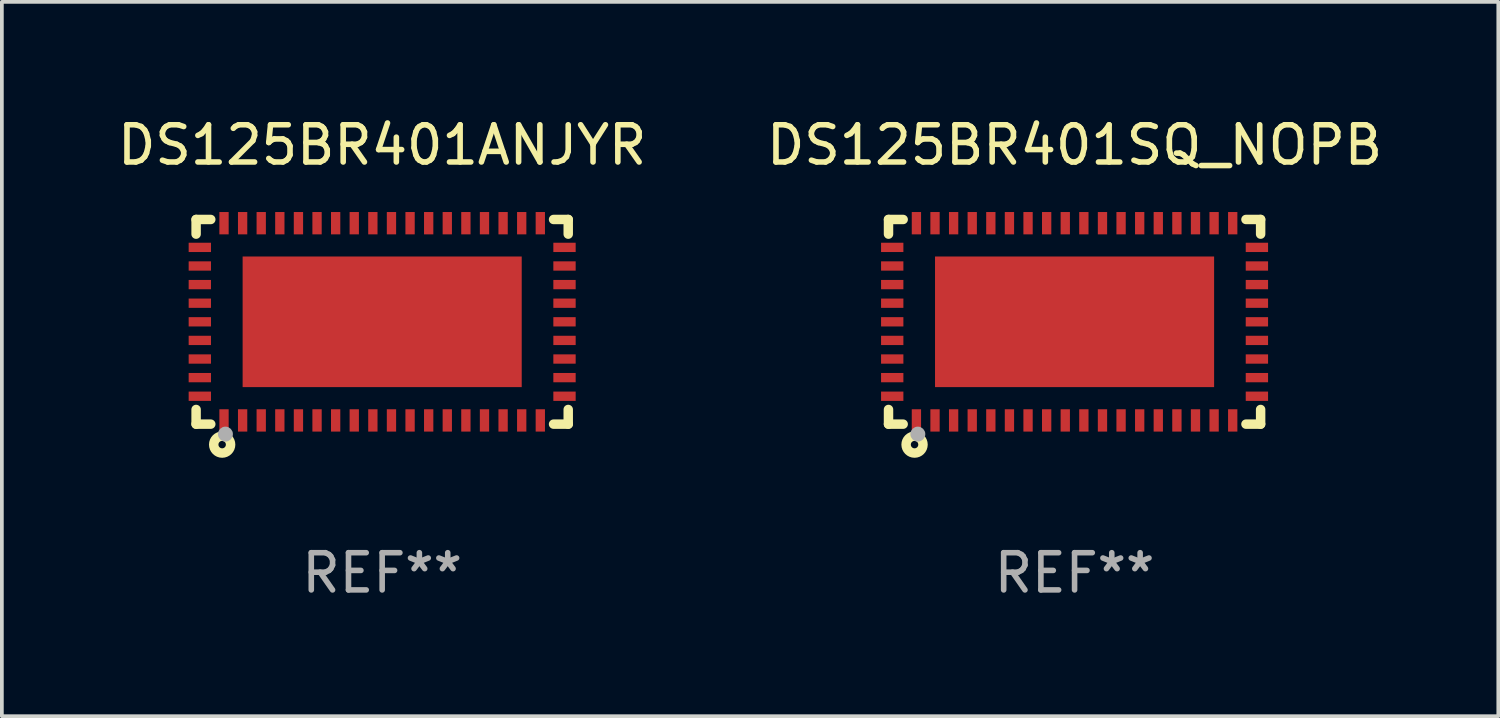
<source format=kicad_pcb>
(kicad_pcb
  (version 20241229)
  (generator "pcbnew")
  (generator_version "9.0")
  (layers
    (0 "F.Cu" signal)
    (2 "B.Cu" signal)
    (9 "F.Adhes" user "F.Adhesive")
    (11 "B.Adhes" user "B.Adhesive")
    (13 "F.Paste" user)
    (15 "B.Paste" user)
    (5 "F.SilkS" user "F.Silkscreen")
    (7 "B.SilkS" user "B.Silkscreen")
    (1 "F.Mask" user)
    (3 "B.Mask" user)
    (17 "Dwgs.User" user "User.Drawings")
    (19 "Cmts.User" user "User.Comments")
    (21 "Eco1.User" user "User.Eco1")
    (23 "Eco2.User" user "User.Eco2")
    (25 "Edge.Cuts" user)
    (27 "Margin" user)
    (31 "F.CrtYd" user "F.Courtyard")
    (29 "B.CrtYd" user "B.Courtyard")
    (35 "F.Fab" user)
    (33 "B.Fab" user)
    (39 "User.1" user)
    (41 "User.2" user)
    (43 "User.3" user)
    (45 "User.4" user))
  (footprint "DS125BR401SQ_NOPB"
    (layer "F.Cu")
    (at 25.827 5.598)
    (property "Reference" "DS125BR401SQ_NOPB" (at 0 -4.75 0) (layer "F.SilkS") (effects (font (size 1 1) (thickness 0.15))))
    (attr through_hole)
    (fp_line (start -5 -2.75) (end -4.606 -2.75) (stroke (width 0.254) (type solid)) (layer "F.SilkS"))
    (fp_line (start -5 -2.356) (end -5 -2.75) (stroke (width 0.254) (type solid)) (layer "F.SilkS"))
    (fp_line (start -5 2.75) (end -5 2.356) (stroke (width 0.254) (type solid)) (layer "F.SilkS"))
    (fp_line (start -4.606 2.75) (end -5 2.75) (stroke (width 0.254) (type solid)) (layer "F.SilkS"))
    (fp_line (start 4.606 -2.75) (end 5 -2.75) (stroke (width 0.254) (type solid)) (layer "F.SilkS"))
    (fp_line (start 5 -2.75) (end 5 -2.356) (stroke (width 0.254) (type solid)) (layer "F.SilkS"))
    (fp_line (start 5 2.356) (end 5 2.75) (stroke (width 0.254) (type solid)) (layer "F.SilkS"))
    (fp_line (start 5 2.75) (end 4.606 2.75) (stroke (width 0.254) (type solid)) (layer "F.SilkS"))
    (fp_circle (center -5 2.75) (end -4.97 2.75) (stroke (width 0.06) (type solid)) (fill no) (layer "F.SilkS"))
    (fp_circle (center -4.3 3.3) (end -4.2 3.3) (stroke (width 0.254) (type solid)) (fill no) (layer "F.SilkS"))
    (fp_circle (center -4.212 3.018) (end -4.111 3.018) (stroke (width 0.2) (type solid)) (fill no) (layer "F.Fab"))
    (fp_text user "REF**" (at 0 6.75 0) (layer "F.Fab") (effects (font (size 1 1) (thickness 0.15))))
    (pad "1" smd rect (at -4.25 2.65 270) (size 0.6 0.25) (layers "F.Cu" "F.Mask" "F.Paste"))
    (pad "2" smd rect (at -3.75 2.65 270) (size 0.6 0.25) (layers "F.Cu" "F.Mask" "F.Paste"))
    (pad "3" smd rect (at -3.25 2.65 270) (size 0.6 0.25) (layers "F.Cu" "F.Mask" "F.Paste"))
    (pad "4" smd rect (at -2.75 2.65 270) (size 0.6 0.25) (layers "F.Cu" "F.Mask" "F.Paste"))
    (pad "5" smd rect (at -2.25 2.65 270) (size 0.6 0.25) (layers "F.Cu" "F.Mask" "F.Paste"))
    (pad "6" smd rect (at -1.75 2.65 270) (size 0.6 0.25) (layers "F.Cu" "F.Mask" "F.Paste"))
    (pad "7" smd rect (at -1.25 2.65 270) (size 0.6 0.25) (layers "F.Cu" "F.Mask" "F.Paste"))
    (pad "8" smd rect (at -0.75 2.65 270) (size 0.6 0.25) (layers "F.Cu" "F.Mask" "F.Paste"))
    (pad "9" smd rect (at -0.25 2.65 270) (size 0.6 0.25) (layers "F.Cu" "F.Mask" "F.Paste"))
    (pad "10" smd rect (at 0.25 2.65 270) (size 0.6 0.25) (layers "F.Cu" "F.Mask" "F.Paste"))
    (pad "11" smd rect (at 0.75 2.65 270) (size 0.6 0.25) (layers "F.Cu" "F.Mask" "F.Paste"))
    (pad "12" smd rect (at 1.25 2.65 270) (size 0.6 0.25) (layers "F.Cu" "F.Mask" "F.Paste"))
    (pad "13" smd rect (at 1.75 2.65 270) (size 0.6 0.25) (layers "F.Cu" "F.Mask" "F.Paste"))
    (pad "14" smd rect (at 2.25 2.65 270) (size 0.6 0.25) (layers "F.Cu" "F.Mask" "F.Paste"))
    (pad "15" smd rect (at 2.75 2.65 270) (size 0.6 0.25) (layers "F.Cu" "F.Mask" "F.Paste"))
    (pad "16" smd rect (at 3.25 2.65 270) (size 0.6 0.25) (layers "F.Cu" "F.Mask" "F.Paste"))
    (pad "17" smd rect (at 3.75 2.65 270) (size 0.6 0.25) (layers "F.Cu" "F.Mask" "F.Paste"))
    (pad "18" smd rect (at 4.25 2.65 270) (size 0.6 0.25) (layers "F.Cu" "F.Mask" "F.Paste"))
    (pad "19" smd rect (at 4.9 2 270) (size 0.25 0.6) (layers "F.Cu" "F.Mask" "F.Paste"))
    (pad "20" smd rect (at 4.9 1.5 270) (size 0.25 0.6) (layers "F.Cu" "F.Mask" "F.Paste"))
    (pad "21" smd rect (at 4.9 1 270) (size 0.25 0.6) (layers "F.Cu" "F.Mask" "F.Paste"))
    (pad "22" smd rect (at 4.9 0.5 270) (size 0.25 0.6) (layers "F.Cu" "F.Mask" "F.Paste"))
    (pad "23" smd rect (at 4.9 -0.000076 270) (size 0.25 0.6) (layers "F.Cu" "F.Mask" "F.Paste"))
    (pad "24" smd rect (at 4.9 -0.5 270) (size 0.25 0.6) (layers "F.Cu" "F.Mask" "F.Paste"))
    (pad "25" smd rect (at 4.9 -1 270) (size 0.25 0.6) (layers "F.Cu" "F.Mask" "F.Paste"))
    (pad "26" smd rect (at 4.9 -1.5 270) (size 0.25 0.6) (layers "F.Cu" "F.Mask" "F.Paste"))
    (pad "27" smd rect (at 4.9 -2 270) (size 0.25 0.6) (layers "F.Cu" "F.Mask" "F.Paste"))
    (pad "28" smd rect (at 4.25 -2.65 270) (size 0.6 0.25) (layers "F.Cu" "F.Mask" "F.Paste"))
    (pad "29" smd rect (at 3.75 -2.65 270) (size 0.6 0.25) (layers "F.Cu" "F.Mask" "F.Paste"))
    (pad "30" smd rect (at 3.25 -2.65 270) (size 0.6 0.25) (layers "F.Cu" "F.Mask" "F.Paste"))
    (pad "31" smd rect (at 2.75 -2.65 270) (size 0.6 0.25) (layers "F.Cu" "F.Mask" "F.Paste"))
    (pad "32" smd rect (at 2.25 -2.65 270) (size 0.6 0.25) (layers "F.Cu" "F.Mask" "F.Paste"))
    (pad "33" smd rect (at 1.75 -2.65 270) (size 0.6 0.25) (layers "F.Cu" "F.Mask" "F.Paste"))
    (pad "34" smd rect (at 1.25 -2.65 270) (size 0.6 0.25) (layers "F.Cu" "F.Mask" "F.Paste"))
    (pad "35" smd rect (at 0.75 -2.65 270) (size 0.6 0.25) (layers "F.Cu" "F.Mask" "F.Paste"))
    (pad "36" smd rect (at 0.25 -2.65 270) (size 0.6 0.25) (layers "F.Cu" "F.Mask" "F.Paste"))
    (pad "37" smd rect (at -0.25 -2.65 270) (size 0.6 0.25) (layers "F.Cu" "F.Mask" "F.Paste"))
    (pad "38" smd rect (at -0.75 -2.65 270) (size 0.6 0.25) (layers "F.Cu" "F.Mask" "F.Paste"))
    (pad "39" smd rect (at -1.25 -2.65 270) (size 0.6 0.25) (layers "F.Cu" "F.Mask" "F.Paste"))
    (pad "40" smd rect (at -1.75 -2.65 270) (size 0.6 0.25) (layers "F.Cu" "F.Mask" "F.Paste"))
    (pad "41" smd rect (at -2.25 -2.65 270) (size 0.6 0.25) (layers "F.Cu" "F.Mask" "F.Paste"))
    (pad "42" smd rect (at -2.75 -2.65 270) (size 0.6 0.25) (layers "F.Cu" "F.Mask" "F.Paste"))
    (pad "43" smd rect (at -3.25 -2.65 270) (size 0.6 0.25) (layers "F.Cu" "F.Mask" "F.Paste"))
    (pad "44" smd rect (at -3.75 -2.65 270) (size 0.6 0.25) (layers "F.Cu" "F.Mask" "F.Paste"))
    (pad "45" smd rect (at -4.25 -2.65 270) (size 0.6 0.25) (layers "F.Cu" "F.Mask" "F.Paste"))
    (pad "46" smd rect (at -4.9 -2 270) (size 0.25 0.6) (layers "F.Cu" "F.Mask" "F.Paste"))
    (pad "47" smd rect (at -4.9 -1.5 270) (size 0.25 0.6) (layers "F.Cu" "F.Mask" "F.Paste"))
    (pad "48" smd rect (at -4.9 -1 270) (size 0.25 0.6) (layers "F.Cu" "F.Mask" "F.Paste"))
    (pad "49" smd rect (at -4.9 -0.5 270) (size 0.25 0.6) (layers "F.Cu" "F.Mask" "F.Paste"))
    (pad "50" smd rect (at -4.9 -0.000076 270) (size 0.25 0.6) (layers "F.Cu" "F.Mask" "F.Paste"))
    (pad "51" smd rect (at -4.9 0.5 270) (size 0.25 0.6) (layers "F.Cu" "F.Mask" "F.Paste"))
    (pad "52" smd rect (at -4.9 1 270) (size 0.25 0.6) (layers "F.Cu" "F.Mask" "F.Paste"))
    (pad "53" smd rect (at -4.9 1.5 270) (size 0.25 0.6) (layers "F.Cu" "F.Mask" "F.Paste"))
    (pad "54" smd rect (at -4.9 2 270) (size 0.25 0.6) (layers "F.Cu" "F.Mask" "F.Paste"))
    (pad "55" smd rect (at 0.000064 -0.000076 270) (size 3.51 7.5) (layers "F.Cu" "F.Mask" "F.Paste")))
  (footprint "DS125BR401ANJYR"
    (layer "F.Cu")
    (at 7.22 5.598)
    (property "Reference" "DS125BR401ANJYR" (at 0 -4.75 0) (layer "F.SilkS") (effects (font (size 1 1) (thickness 0.15))))
    (attr through_hole)
    (fp_line (start -5 -2.75) (end -4.606 -2.75) (stroke (width 0.254) (type solid)) (layer "F.SilkS"))
    (fp_line (start -5 -2.356) (end -5 -2.75) (stroke (width 0.254) (type solid)) (layer "F.SilkS"))
    (fp_line (start -5 2.75) (end -5 2.356) (stroke (width 0.254) (type solid)) (layer "F.SilkS"))
    (fp_line (start -4.606 2.75) (end -5 2.75) (stroke (width 0.254) (type solid)) (layer "F.SilkS"))
    (fp_line (start 4.606 -2.75) (end 5 -2.75) (stroke (width 0.254) (type solid)) (layer "F.SilkS"))
    (fp_line (start 5 -2.75) (end 5 -2.356) (stroke (width 0.254) (type solid)) (layer "F.SilkS"))
    (fp_line (start 5 2.356) (end 5 2.75) (stroke (width 0.254) (type solid)) (layer "F.SilkS"))
    (fp_line (start 5 2.75) (end 4.606 2.75) (stroke (width 0.254) (type solid)) (layer "F.SilkS"))
    (fp_circle (center -5 2.75) (end -4.97 2.75) (stroke (width 0.06) (type solid)) (fill no) (layer "F.SilkS"))
    (fp_circle (center -4.3 3.3) (end -4.2 3.3) (stroke (width 0.254) (type solid)) (fill no) (layer "F.SilkS"))
    (fp_circle (center -4.212 3.018) (end -4.111 3.018) (stroke (width 0.2) (type solid)) (fill no) (layer "F.Fab"))
    (fp_text user "REF**" (at 0 6.75 0) (layer "F.Fab") (effects (font (size 1 1) (thickness 0.15))))
    (pad "1" smd rect (at -4.25 2.65 270) (size 0.6 0.25) (layers "F.Cu" "F.Mask" "F.Paste"))
    (pad "2" smd rect (at -3.75 2.65 270) (size 0.6 0.25) (layers "F.Cu" "F.Mask" "F.Paste"))
    (pad "3" smd rect (at -3.25 2.65 270) (size 0.6 0.25) (layers "F.Cu" "F.Mask" "F.Paste"))
    (pad "4" smd rect (at -2.75 2.65 270) (size 0.6 0.25) (layers "F.Cu" "F.Mask" "F.Paste"))
    (pad "5" smd rect (at -2.25 2.65 270) (size 0.6 0.25) (layers "F.Cu" "F.Mask" "F.Paste"))
    (pad "6" smd rect (at -1.75 2.65 270) (size 0.6 0.25) (layers "F.Cu" "F.Mask" "F.Paste"))
    (pad "7" smd rect (at -1.25 2.65 270) (size 0.6 0.25) (layers "F.Cu" "F.Mask" "F.Paste"))
    (pad "8" smd rect (at -0.75 2.65 270) (size 0.6 0.25) (layers "F.Cu" "F.Mask" "F.Paste"))
    (pad "9" smd rect (at -0.25 2.65 270) (size 0.6 0.25) (layers "F.Cu" "F.Mask" "F.Paste"))
    (pad "10" smd rect (at 0.25 2.65 270) (size 0.6 0.25) (layers "F.Cu" "F.Mask" "F.Paste"))
    (pad "11" smd rect (at 0.75 2.65 270) (size 0.6 0.25) (layers "F.Cu" "F.Mask" "F.Paste"))
    (pad "12" smd rect (at 1.25 2.65 270) (size 0.6 0.25) (layers "F.Cu" "F.Mask" "F.Paste"))
    (pad "13" smd rect (at 1.75 2.65 270) (size 0.6 0.25) (layers "F.Cu" "F.Mask" "F.Paste"))
    (pad "14" smd rect (at 2.25 2.65 270) (size 0.6 0.25) (layers "F.Cu" "F.Mask" "F.Paste"))
    (pad "15" smd rect (at 2.75 2.65 270) (size 0.6 0.25) (layers "F.Cu" "F.Mask" "F.Paste"))
    (pad "16" smd rect (at 3.25 2.65 270) (size 0.6 0.25) (layers "F.Cu" "F.Mask" "F.Paste"))
    (pad "17" smd rect (at 3.75 2.65 270) (size 0.6 0.25) (layers "F.Cu" "F.Mask" "F.Paste"))
    (pad "18" smd rect (at 4.25 2.65 270) (size 0.6 0.25) (layers "F.Cu" "F.Mask" "F.Paste"))
    (pad "19" smd rect (at 4.9 2 270) (size 0.25 0.6) (layers "F.Cu" "F.Mask" "F.Paste"))
    (pad "20" smd rect (at 4.9 1.5 270) (size 0.25 0.6) (layers "F.Cu" "F.Mask" "F.Paste"))
    (pad "21" smd rect (at 4.9 1 270) (size 0.25 0.6) (layers "F.Cu" "F.Mask" "F.Paste"))
    (pad "22" smd rect (at 4.9 0.5 270) (size 0.25 0.6) (layers "F.Cu" "F.Mask" "F.Paste"))
    (pad "23" smd rect (at 4.9 -0.000076 270) (size 0.25 0.6) (layers "F.Cu" "F.Mask" "F.Paste"))
    (pad "24" smd rect (at 4.9 -0.5 270) (size 0.25 0.6) (layers "F.Cu" "F.Mask" "F.Paste"))
    (pad "25" smd rect (at 4.9 -1 270) (size 0.25 0.6) (layers "F.Cu" "F.Mask" "F.Paste"))
    (pad "26" smd rect (at 4.9 -1.5 270) (size 0.25 0.6) (layers "F.Cu" "F.Mask" "F.Paste"))
    (pad "27" smd rect (at 4.9 -2 270) (size 0.25 0.6) (layers "F.Cu" "F.Mask" "F.Paste"))
    (pad "28" smd rect (at 4.25 -2.65 270) (size 0.6 0.25) (layers "F.Cu" "F.Mask" "F.Paste"))
    (pad "29" smd rect (at 3.75 -2.65 270) (size 0.6 0.25) (layers "F.Cu" "F.Mask" "F.Paste"))
    (pad "30" smd rect (at 3.25 -2.65 270) (size 0.6 0.25) (layers "F.Cu" "F.Mask" "F.Paste"))
    (pad "31" smd rect (at 2.75 -2.65 270) (size 0.6 0.25) (layers "F.Cu" "F.Mask" "F.Paste"))
    (pad "32" smd rect (at 2.25 -2.65 270) (size 0.6 0.25) (layers "F.Cu" "F.Mask" "F.Paste"))
    (pad "33" smd rect (at 1.75 -2.65 270) (size 0.6 0.25) (layers "F.Cu" "F.Mask" "F.Paste"))
    (pad "34" smd rect (at 1.25 -2.65 270) (size 0.6 0.25) (layers "F.Cu" "F.Mask" "F.Paste"))
    (pad "35" smd rect (at 0.75 -2.65 270) (size 0.6 0.25) (layers "F.Cu" "F.Mask" "F.Paste"))
    (pad "36" smd rect (at 0.25 -2.65 270) (size 0.6 0.25) (layers "F.Cu" "F.Mask" "F.Paste"))
    (pad "37" smd rect (at -0.25 -2.65 270) (size 0.6 0.25) (layers "F.Cu" "F.Mask" "F.Paste"))
    (pad "38" smd rect (at -0.75 -2.65 270) (size 0.6 0.25) (layers "F.Cu" "F.Mask" "F.Paste"))
    (pad "39" smd rect (at -1.25 -2.65 270) (size 0.6 0.25) (layers "F.Cu" "F.Mask" "F.Paste"))
    (pad "40" smd rect (at -1.75 -2.65 270) (size 0.6 0.25) (layers "F.Cu" "F.Mask" "F.Paste"))
    (pad "41" smd rect (at -2.25 -2.65 270) (size 0.6 0.25) (layers "F.Cu" "F.Mask" "F.Paste"))
    (pad "42" smd rect (at -2.75 -2.65 270) (size 0.6 0.25) (layers "F.Cu" "F.Mask" "F.Paste"))
    (pad "43" smd rect (at -3.25 -2.65 270) (size 0.6 0.25) (layers "F.Cu" "F.Mask" "F.Paste"))
    (pad "44" smd rect (at -3.75 -2.65 270) (size 0.6 0.25) (layers "F.Cu" "F.Mask" "F.Paste"))
    (pad "45" smd rect (at -4.25 -2.65 270) (size 0.6 0.25) (layers "F.Cu" "F.Mask" "F.Paste"))
    (pad "46" smd rect (at -4.9 -2 270) (size 0.25 0.6) (layers "F.Cu" "F.Mask" "F.Paste"))
    (pad "47" smd rect (at -4.9 -1.5 270) (size 0.25 0.6) (layers "F.Cu" "F.Mask" "F.Paste"))
    (pad "48" smd rect (at -4.9 -1 270) (size 0.25 0.6) (layers "F.Cu" "F.Mask" "F.Paste"))
    (pad "49" smd rect (at -4.9 -0.5 270) (size 0.25 0.6) (layers "F.Cu" "F.Mask" "F.Paste"))
    (pad "50" smd rect (at -4.9 -0.000076 270) (size 0.25 0.6) (layers "F.Cu" "F.Mask" "F.Paste"))
    (pad "51" smd rect (at -4.9 0.5 270) (size 0.25 0.6) (layers "F.Cu" "F.Mask" "F.Paste"))
    (pad "52" smd rect (at -4.9 1 270) (size 0.25 0.6) (layers "F.Cu" "F.Mask" "F.Paste"))
    (pad "53" smd rect (at -4.9 1.5 270) (size 0.25 0.6) (layers "F.Cu" "F.Mask" "F.Paste"))
    (pad "54" smd rect (at -4.9 2 270) (size 0.25 0.6) (layers "F.Cu" "F.Mask" "F.Paste"))
    (pad "55" smd rect (at 0.000064 -0.000076 270) (size 3.51 7.5) (layers "F.Cu" "F.Mask" "F.Paste")))
  (gr_rect
    (start -3 -3)
    (end 37.214 16.197)
    (stroke (width 0.1) (type default))
    (fill no)
    (layer "Edge.Cuts")))
</source>
